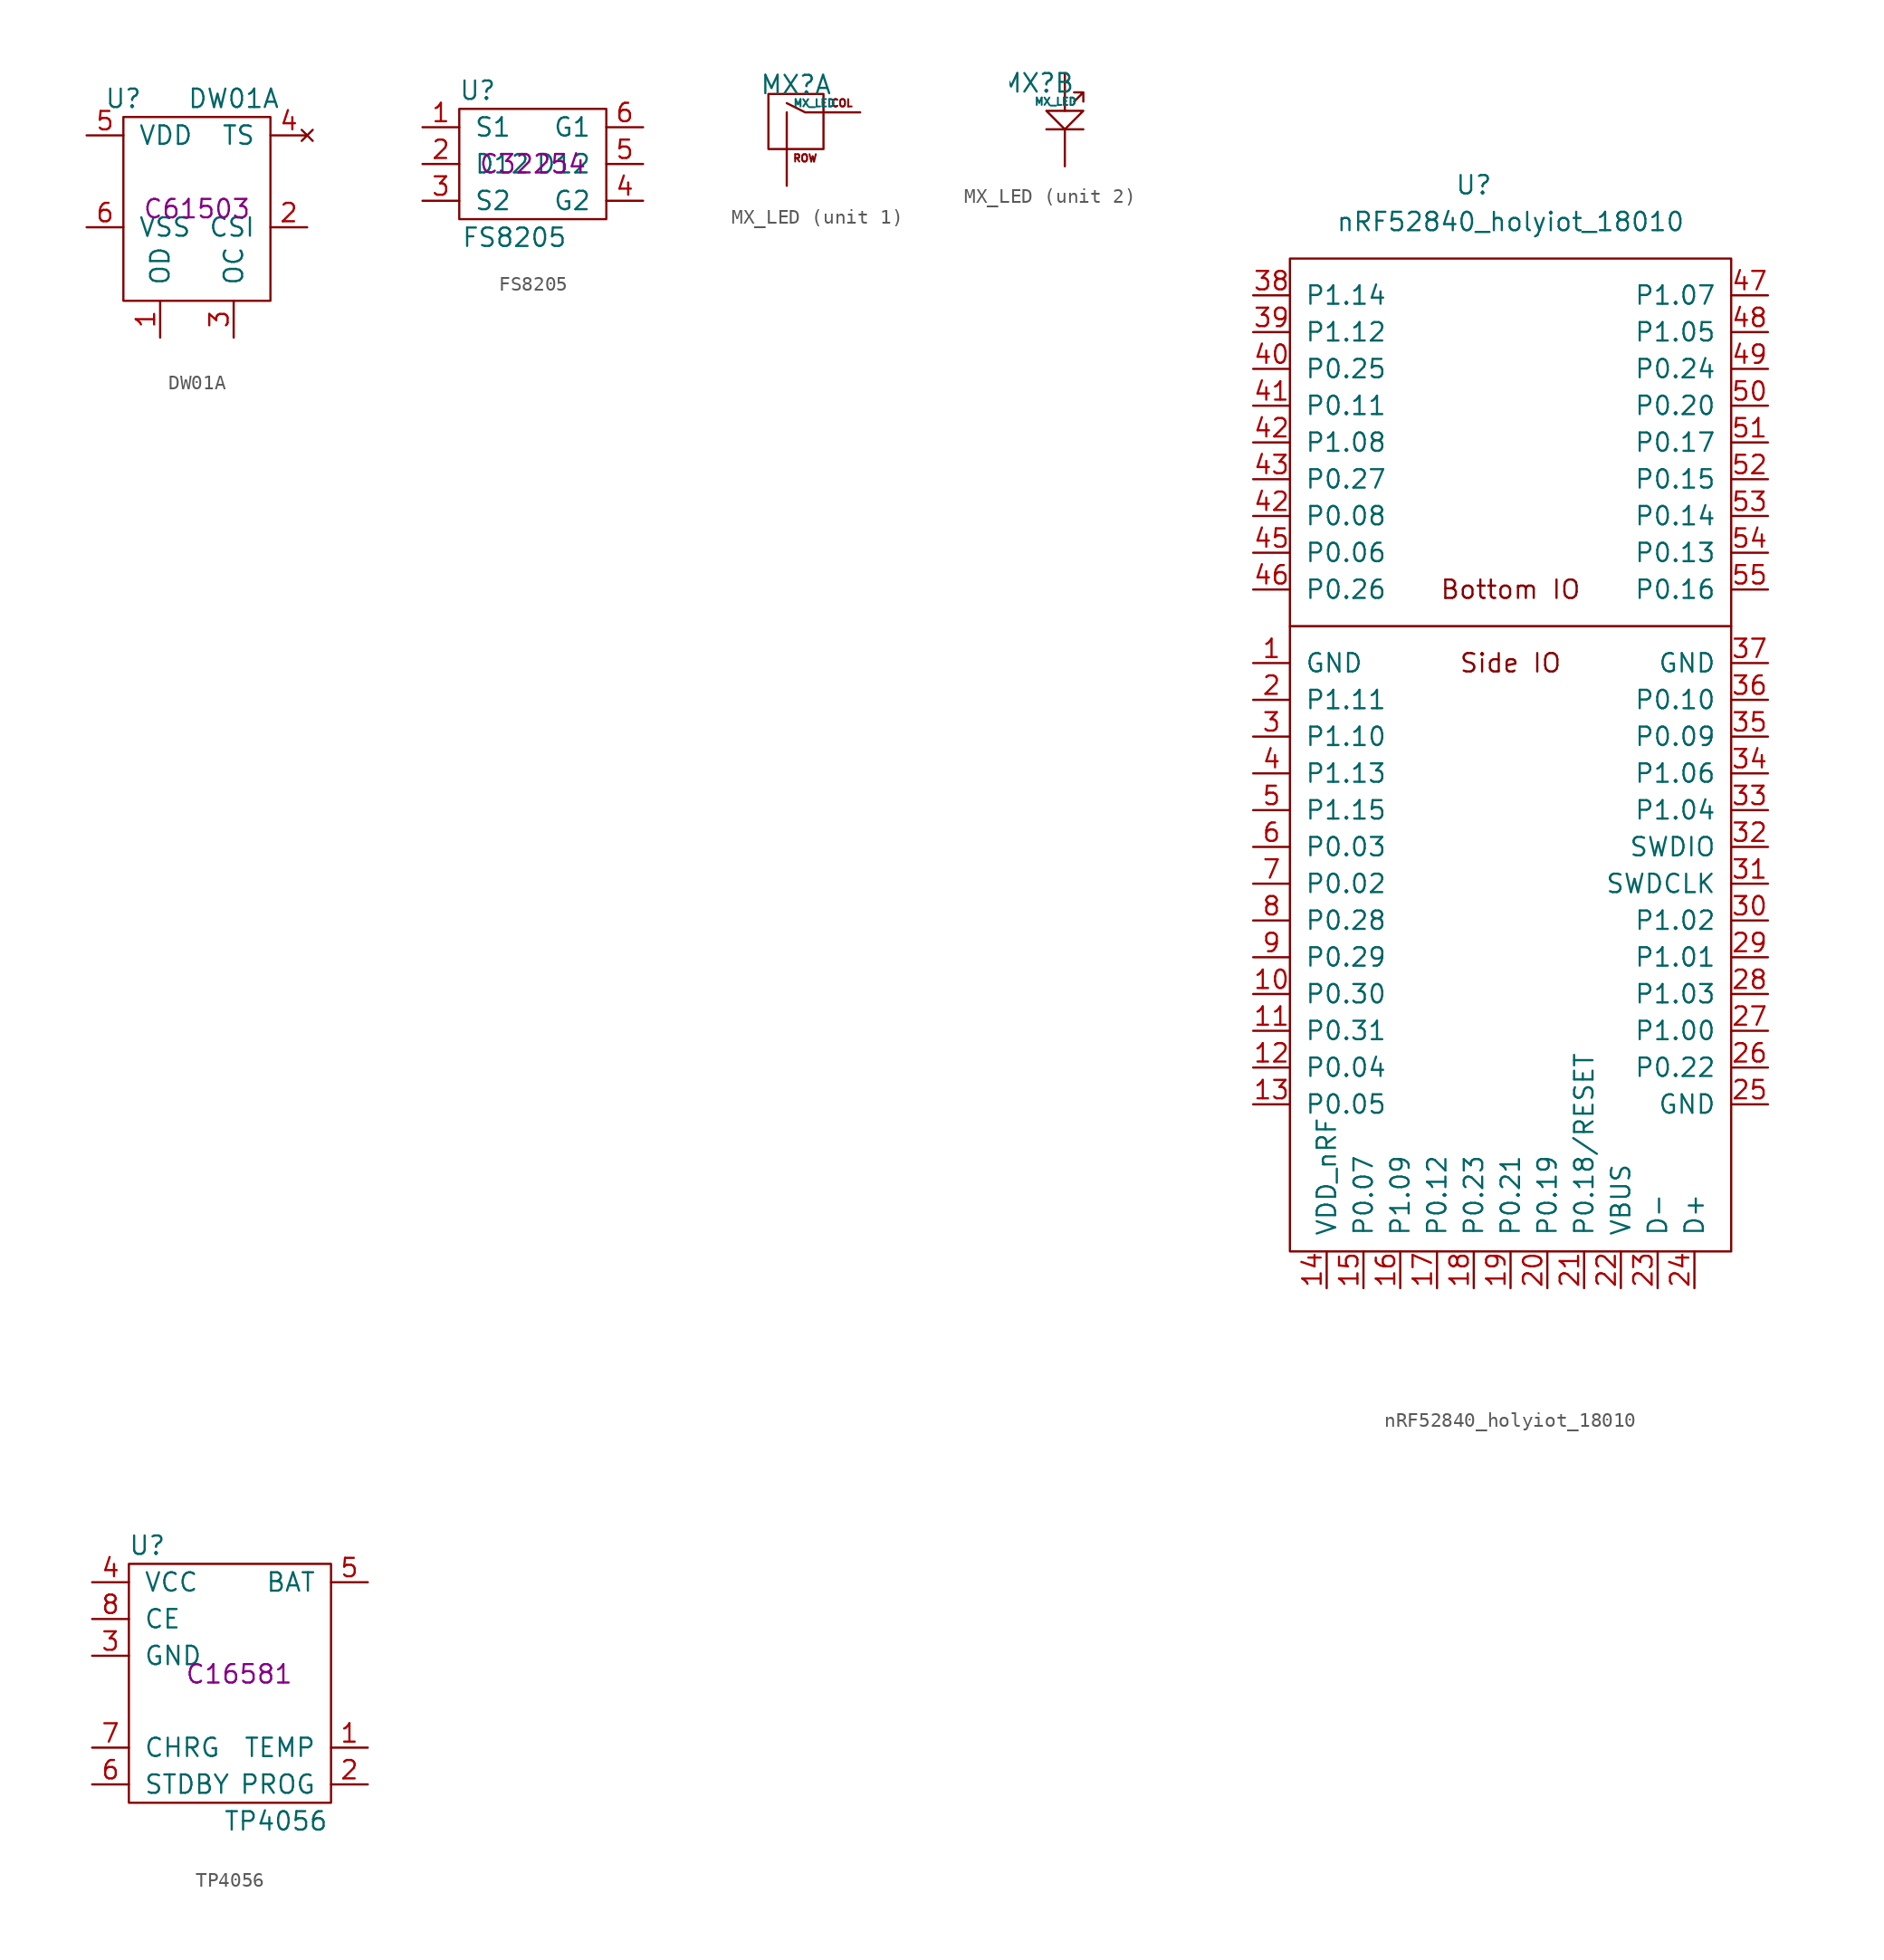
<source format=kicad_sym>
(kicad_symbol_lib
  (version 20211014)
  (generator kicad_symbol_editor)
  (symbol "DW01A"
    (pin_names
      (offset 1.016))
    (property "Reference" "U"
      (at -5.08 7.62 0)
      (effects (font (size 1.27 1.27))))
    (property "Value" "DW01A"
      (at 2.54 7.62 0)
      (effects (font (size 1.27 1.27))))
    (property "LCSC" "C61503"
      (at 0 0 0)
      (effects (font (size 1.27 1.27))))
    (symbol "DW01A_0_1"
      (rectangle (start -5.08 6.35) (end 5.08 -6.35) (stroke (width 0) (type default) (color 0 0 0 0)) (fill (type none))))
    (symbol "DW01A_1_1"
      (pin output line (at -2.54 -8.89 90) (length 2.54) (name "OD" (effects (font (size 1.27 1.27)))) (number "1" (effects (font (size 1.27 1.27)))))
      (pin input line (at 7.62 -1.27 180) (length 2.54) (name "CSI" (effects (font (size 1.27 1.27)))) (number "2" (effects (font (size 1.27 1.27)))))
      (pin output line (at 2.54 -8.89 90) (length 2.54) (name "OC" (effects (font (size 1.27 1.27)))) (number "3" (effects (font (size 1.27 1.27)))))
      (pin no_connect line (at 7.62 5.08 180) (length 2.54) (name "TS" (effects (font (size 1.27 1.27)))) (number "4" (effects (font (size 1.27 1.27)))))
      (pin power_in line (at -7.62 5.08 0) (length 2.54) (name "VDD" (effects (font (size 1.27 1.27)))) (number "5" (effects (font (size 1.27 1.27)))))
      (pin power_in line (at -7.62 -1.27 0) (length 2.54) (name "VSS" (effects (font (size 1.27 1.27)))) (number "6" (effects (font (size 1.27 1.27)))))))
  (symbol "FS8205"
    (pin_names
      (offset 1.016))
    (property "Reference" "U"
      (at -3.81 5.08 0)
      (effects (font (size 1.27 1.27))))
    (property "Value" "FS8205"
      (at -1.27 -5.08 0)
      (effects (font (size 1.27 1.27))))
    (property "LCSC" "C32254"
      (at 0 0 0)
      (effects (font (size 1.27 1.27))))
    (symbol "FS8205_0_1"
      (rectangle (start -5.08 3.81) (end 5.08 -3.81) (stroke (width 0) (type default) (color 0 0 0 0)) (fill (type none))))
    (symbol "FS8205_1_1"
      (pin power_in line (at -7.62 2.54 0) (length 2.54) (name "S1" (effects (font (size 1.27 1.27)))) (number "1" (effects (font (size 1.27 1.27)))))
      (pin power_in line (at -7.62 0 0) (length 2.54) (name "D12" (effects (font (size 1.27 1.27)))) (number "2" (effects (font (size 1.27 1.27)))))
      (pin power_in line (at -7.62 -2.54 0) (length 2.54) (name "S2" (effects (font (size 1.27 1.27)))) (number "3" (effects (font (size 1.27 1.27)))))
      (pin input line (at 7.62 -2.54 180) (length 2.54) (name "G2" (effects (font (size 1.27 1.27)))) (number "4" (effects (font (size 1.27 1.27)))))
      (pin power_in line (at 7.62 0 180) (length 2.54) (name "D12" (effects (font (size 1.27 1.27)))) (number "5" (effects (font (size 1.27 1.27)))))
      (pin input line (at 7.62 2.54 180) (length 2.54) (name "G1" (effects (font (size 1.27 1.27)))) (number "6" (effects (font (size 1.27 1.27)))))))
  (symbol "MX_LED"
    (pin_names
      (offset 1.016))
    (property "Reference" "MX"
      (at -0.635 1.905 0)
      (effects (font (size 1.27 1.27))))
    (property "Value" "MX_LED"
      (at 0.635 0.635 0)
      (effects (font (size 0.508 0.508))))
    (property "ki_locked" ""
      (at 0 0 0)
      (effects (font (size 1.27 1.27))))
    (symbol "MX_LED_1_0"
      (text "COL" (at 2.54 0.635 0) (effects (font (size 0.508 0.508)))))
    (symbol "MX_LED_1_1"
      (polyline (pts (xy -1.27 -2.54) (xy -1.27 0)) (stroke (width 0) (type default) (color 0 0 0 0)) (fill (type none)))
      (polyline (pts (xy 1.27 0) (xy 0 0) (xy -1.27 0.635)) (stroke (width 0) (type default) (color 0 0 0 0)) (fill (type none)))
      (polyline (pts (xy -2.54 1.27) (xy 1.27 1.27) (xy 1.27 -2.54) (xy -2.54 -2.54) (xy -2.54 1.27)) (stroke (width 0) (type default) (color 0 0 0 0)) (fill (type none)))
      (text "ROW" (at 0 -3.175 0) (effects (font (size 0.508 0.508))))
      (pin passive line (at 3.81 0 180) (length 2.54) (name "COL" (effects (font (size 0 0)))) (number "1" (effects (font (size 0 0)))))
      (pin passive line (at -1.27 -5.08 90) (length 2.54) (name "ROW" (effects (font (size 0 0)))) (number "2" (effects (font (size 0 0))))))
    (symbol "MX_LED_2_0"
      (polyline (pts (xy 0 -1.27) (xy 2.54 -1.27)) (stroke (width 0) (type default) (color 0 0 0 0)) (fill (type none)))
      (polyline (pts (xy 0 0) (xy 2.54 0) (xy 1.27 -1.27) (xy 0 0)) (stroke (width 0) (type default) (color 0 0 0 0)) (fill (type none)))
      (polyline (pts (xy 1.905 0.635) (xy 2.54 1.27) (xy 2.54 0.635) (xy 2.54 1.27) (xy 1.905 1.27)) (stroke (width 0) (type default) (color 0 0 0 0)) (fill (type none))))
    (symbol "MX_LED_2_1"
      (pin power_in line (at 1.27 2.54 270) (length 2.54) (name "A" (effects (font (size 0 0)))) (number "3" (effects (font (size 0 0)))))
      (pin power_out line (at 1.27 -3.81 90) (length 2.54) (name "C" (effects (font (size 0 0)))) (number "4" (effects (font (size 0 0)))))))
  (symbol "nRF52840_holyiot_18010"
    (pin_names
      (offset 1.016))
    (property "Reference" "U"
      (at -2.54 39.37 0)
      (effects (font (size 1.27 1.27))))
    (property "Value" "nRF52840_holyiot_18010"
      (at 0 36.83 0)
      (effects (font (size 1.27 1.27))))
    (symbol "nRF52840_holyiot_18010_0_0"
      (rectangle (start -15.24 8.89) (end 15.24 -34.29) (stroke (width 0) (type default) (color 0 0 0 0)) (fill (type none)))
      (rectangle (start -15.24 8.89) (end 15.24 34.29) (stroke (width 0) (type default) (color 0 0 0 0)) (fill (type none)))
      (text "Bottom IO" (at 0 11.43 0) (effects (font (size 1.27 1.27))))
      (text "Side IO" (at 0 6.35 0) (effects (font (size 1.27 1.27)))))
    (symbol "nRF52840_holyiot_18010_1_1"
      (pin power_in line (at -17.78 6.35 0) (length 2.54) (name "GND" (effects (font (size 1.27 1.27)))) (number "1" (effects (font (size 1.27 1.27)))))
      (pin bidirectional line (at -17.78 -16.51 0) (length 2.54) (name "P0.30" (effects (font (size 1.27 1.27)))) (number "10" (effects (font (size 1.27 1.27)))))
      (pin bidirectional line (at -17.78 -19.05 0) (length 2.54) (name "P0.31" (effects (font (size 1.27 1.27)))) (number "11" (effects (font (size 1.27 1.27)))))
      (pin bidirectional line (at -17.78 -21.59 0) (length 2.54) (name "P0.04" (effects (font (size 1.27 1.27)))) (number "12" (effects (font (size 1.27 1.27)))))
      (pin bidirectional line (at -17.78 -24.13 0) (length 2.54) (name "P0.05" (effects (font (size 1.27 1.27)))) (number "13" (effects (font (size 1.27 1.27)))))
      (pin power_in line (at -12.7 -36.83 90) (length 2.54) (name "VDD_nRF" (effects (font (size 1.27 1.27)))) (number "14" (effects (font (size 1.27 1.27)))))
      (pin bidirectional line (at -10.16 -36.83 90) (length 2.54) (name "P0.07" (effects (font (size 1.27 1.27)))) (number "15" (effects (font (size 1.27 1.27)))))
      (pin bidirectional line (at -7.62 -36.83 90) (length 2.54) (name "P1.09" (effects (font (size 1.27 1.27)))) (number "16" (effects (font (size 1.27 1.27)))))
      (pin bidirectional line (at -5.08 -36.83 90) (length 2.54) (name "P0.12" (effects (font (size 1.27 1.27)))) (number "17" (effects (font (size 1.27 1.27)))))
      (pin bidirectional line (at -2.54 -36.83 90) (length 2.54) (name "P0.23" (effects (font (size 1.27 1.27)))) (number "18" (effects (font (size 1.27 1.27)))))
      (pin bidirectional line (at 0 -36.83 90) (length 2.54) (name "P0.21" (effects (font (size 1.27 1.27)))) (number "19" (effects (font (size 1.27 1.27)))))
      (pin bidirectional line (at -17.78 3.81 0) (length 2.54) (name "P1.11" (effects (font (size 1.27 1.27)))) (number "2" (effects (font (size 1.27 1.27)))))
      (pin bidirectional line (at 2.54 -36.83 90) (length 2.54) (name "P0.19" (effects (font (size 1.27 1.27)))) (number "20" (effects (font (size 1.27 1.27)))))
      (pin input line (at 5.08 -36.83 90) (length 2.54) (name "P0.18/RESET" (effects (font (size 1.27 1.27)))) (number "21" (effects (font (size 1.27 1.27)))))
      (pin power_in line (at 7.62 -36.83 90) (length 2.54) (name "VBUS" (effects (font (size 1.27 1.27)))) (number "22" (effects (font (size 1.27 1.27)))))
      (pin bidirectional line (at 10.16 -36.83 90) (length 2.54) (name "D-" (effects (font (size 1.27 1.27)))) (number "23" (effects (font (size 1.27 1.27)))))
      (pin bidirectional line (at 12.7 -36.83 90) (length 2.54) (name "D+" (effects (font (size 1.27 1.27)))) (number "24" (effects (font (size 1.27 1.27)))))
      (pin power_in line (at 17.78 -24.13 180) (length 2.54) (name "GND" (effects (font (size 1.27 1.27)))) (number "25" (effects (font (size 1.27 1.27)))))
      (pin bidirectional line (at 17.78 -21.59 180) (length 2.54) (name "P0.22" (effects (font (size 1.27 1.27)))) (number "26" (effects (font (size 1.27 1.27)))))
      (pin bidirectional line (at 17.78 -19.05 180) (length 2.54) (name "P1.00" (effects (font (size 1.27 1.27)))) (number "27" (effects (font (size 1.27 1.27)))))
      (pin bidirectional line (at 17.78 -16.51 180) (length 2.54) (name "P1.03" (effects (font (size 1.27 1.27)))) (number "28" (effects (font (size 1.27 1.27)))))
      (pin bidirectional line (at 17.78 -13.97 180) (length 2.54) (name "P1.01" (effects (font (size 1.27 1.27)))) (number "29" (effects (font (size 1.27 1.27)))))
      (pin bidirectional line (at -17.78 1.27 0) (length 2.54) (name "P1.10" (effects (font (size 1.27 1.27)))) (number "3" (effects (font (size 1.27 1.27)))))
      (pin bidirectional line (at 17.78 -11.43 180) (length 2.54) (name "P1.02" (effects (font (size 1.27 1.27)))) (number "30" (effects (font (size 1.27 1.27)))))
      (pin bidirectional line (at 17.78 -8.89 180) (length 2.54) (name "SWDCLK" (effects (font (size 1.27 1.27)))) (number "31" (effects (font (size 1.27 1.27)))))
      (pin bidirectional line (at 17.78 -6.35 180) (length 2.54) (name "SWDIO" (effects (font (size 1.27 1.27)))) (number "32" (effects (font (size 1.27 1.27)))))
      (pin bidirectional line (at 17.78 -3.81 180) (length 2.54) (name "P1.04" (effects (font (size 1.27 1.27)))) (number "33" (effects (font (size 1.27 1.27)))))
      (pin bidirectional line (at 17.78 -1.27 180) (length 2.54) (name "P1.06" (effects (font (size 1.27 1.27)))) (number "34" (effects (font (size 1.27 1.27)))))
      (pin bidirectional line (at 17.78 1.27 180) (length 2.54) (name "P0.09" (effects (font (size 1.27 1.27)))) (number "35" (effects (font (size 1.27 1.27)))))
      (pin bidirectional line (at 17.78 3.81 180) (length 2.54) (name "P0.10" (effects (font (size 1.27 1.27)))) (number "36" (effects (font (size 1.27 1.27)))))
      (pin power_in line (at 17.78 6.35 180) (length 2.54) (name "GND" (effects (font (size 1.27 1.27)))) (number "37" (effects (font (size 1.27 1.27)))))
      (pin bidirectional line (at -17.78 31.75 0) (length 2.54) (name "P1.14" (effects (font (size 1.27 1.27)))) (number "38" (effects (font (size 1.27 1.27)))))
      (pin bidirectional line (at -17.78 29.21 0) (length 2.54) (name "P1.12" (effects (font (size 1.27 1.27)))) (number "39" (effects (font (size 1.27 1.27)))))
      (pin bidirectional line (at -17.78 -1.27 0) (length 2.54) (name "P1.13" (effects (font (size 1.27 1.27)))) (number "4" (effects (font (size 1.27 1.27)))))
      (pin bidirectional line (at -17.78 26.67 0) (length 2.54) (name "P0.25" (effects (font (size 1.27 1.27)))) (number "40" (effects (font (size 1.27 1.27)))))
      (pin bidirectional line (at -17.78 24.13 0) (length 2.54) (name "P0.11" (effects (font (size 1.27 1.27)))) (number "41" (effects (font (size 1.27 1.27)))))
      (pin bidirectional line (at -17.78 16.51 0) (length 2.54) (name "P0.08" (effects (font (size 1.27 1.27)))) (number "42" (effects (font (size 1.27 1.27)))))
      (pin bidirectional line (at -17.78 21.59 0) (length 2.54) (name "P1.08" (effects (font (size 1.27 1.27)))) (number "42" (effects (font (size 1.27 1.27)))))
      (pin bidirectional line (at -17.78 19.05 0) (length 2.54) (name "P0.27" (effects (font (size 1.27 1.27)))) (number "43" (effects (font (size 1.27 1.27)))))
      (pin bidirectional line (at -17.78 13.97 0) (length 2.54) (name "P0.06" (effects (font (size 1.27 1.27)))) (number "45" (effects (font (size 1.27 1.27)))))
      (pin bidirectional line (at -17.78 11.43 0) (length 2.54) (name "P0.26" (effects (font (size 1.27 1.27)))) (number "46" (effects (font (size 1.27 1.27)))))
      (pin bidirectional line (at 17.78 31.75 180) (length 2.54) (name "P1.07" (effects (font (size 1.27 1.27)))) (number "47" (effects (font (size 1.27 1.27)))))
      (pin bidirectional line (at 17.78 29.21 180) (length 2.54) (name "P1.05" (effects (font (size 1.27 1.27)))) (number "48" (effects (font (size 1.27 1.27)))))
      (pin bidirectional line (at 17.78 26.67 180) (length 2.54) (name "P0.24" (effects (font (size 1.27 1.27)))) (number "49" (effects (font (size 1.27 1.27)))))
      (pin bidirectional line (at -17.78 -3.81 0) (length 2.54) (name "P1.15" (effects (font (size 1.27 1.27)))) (number "5" (effects (font (size 1.27 1.27)))))
      (pin bidirectional line (at 17.78 24.13 180) (length 2.54) (name "P0.20" (effects (font (size 1.27 1.27)))) (number "50" (effects (font (size 1.27 1.27)))))
      (pin bidirectional line (at 17.78 21.59 180) (length 2.54) (name "P0.17" (effects (font (size 1.27 1.27)))) (number "51" (effects (font (size 1.27 1.27)))))
      (pin bidirectional line (at 17.78 19.05 180) (length 2.54) (name "P0.15" (effects (font (size 1.27 1.27)))) (number "52" (effects (font (size 1.27 1.27)))))
      (pin bidirectional line (at 17.78 16.51 180) (length 2.54) (name "P0.14" (effects (font (size 1.27 1.27)))) (number "53" (effects (font (size 1.27 1.27)))))
      (pin bidirectional line (at 17.78 13.97 180) (length 2.54) (name "P0.13" (effects (font (size 1.27 1.27)))) (number "54" (effects (font (size 1.27 1.27)))))
      (pin bidirectional line (at 17.78 11.43 180) (length 2.54) (name "P0.16" (effects (font (size 1.27 1.27)))) (number "55" (effects (font (size 1.27 1.27)))))
      (pin bidirectional line (at -17.78 -6.35 0) (length 2.54) (name "P0.03" (effects (font (size 1.27 1.27)))) (number "6" (effects (font (size 1.27 1.27)))))
      (pin bidirectional line (at -17.78 -8.89 0) (length 2.54) (name "P0.02" (effects (font (size 1.27 1.27)))) (number "7" (effects (font (size 1.27 1.27)))))
      (pin bidirectional line (at -17.78 -11.43 0) (length 2.54) (name "P0.28" (effects (font (size 1.27 1.27)))) (number "8" (effects (font (size 1.27 1.27)))))
      (pin bidirectional line (at -17.78 -13.97 0) (length 2.54) (name "P0.29" (effects (font (size 1.27 1.27)))) (number "9" (effects (font (size 1.27 1.27)))))))
  (symbol "TP4056"
    (pin_names
      (offset 1.016))
    (property "Reference" "U"
      (at -6.35 8.89 0)
      (effects (font (size 1.27 1.27))))
    (property "Value" "TP4056"
      (at 2.54 -10.16 0)
      (effects (font (size 1.27 1.27))))
    (property "LCSC" "C16581"
      (at 0 0 0)
      (effects (font (size 1.27 1.27))))
    (symbol "TP4056_0_1"
      (rectangle (start -7.62 7.62) (end 6.35 -8.89) (stroke (width 0) (type default) (color 0 0 0 0)) (fill (type none))))
    (symbol "TP4056_1_1"
      (pin input line (at 8.89 -5.08 180) (length 2.54) (name "TEMP" (effects (font (size 1.27 1.27)))) (number "1" (effects (font (size 1.27 1.27)))))
      (pin input line (at 8.89 -7.62 180) (length 2.54) (name "PROG" (effects (font (size 1.27 1.27)))) (number "2" (effects (font (size 1.27 1.27)))))
      (pin power_in line (at -10.16 1.27 0) (length 2.54) (name "GND" (effects (font (size 1.27 1.27)))) (number "3" (effects (font (size 1.27 1.27)))))
      (pin power_in line (at -10.16 6.35 0) (length 2.54) (name "VCC" (effects (font (size 1.27 1.27)))) (number "4" (effects (font (size 1.27 1.27)))))
      (pin power_out line (at 8.89 6.35 180) (length 2.54) (name "BAT" (effects (font (size 1.27 1.27)))) (number "5" (effects (font (size 1.27 1.27)))))
      (pin output line (at -10.16 -7.62 0) (length 2.54) (name "STDBY" (effects (font (size 1.27 1.27)))) (number "6" (effects (font (size 1.27 1.27)))))
      (pin output line (at -10.16 -5.08 0) (length 2.54) (name "CHRG" (effects (font (size 1.27 1.27)))) (number "7" (effects (font (size 1.27 1.27)))))
      (pin input line (at -10.16 3.81 0) (length 2.54) (name "CE" (effects (font (size 1.27 1.27)))) (number "8" (effects (font (size 1.27 1.27))))))))
</source>
